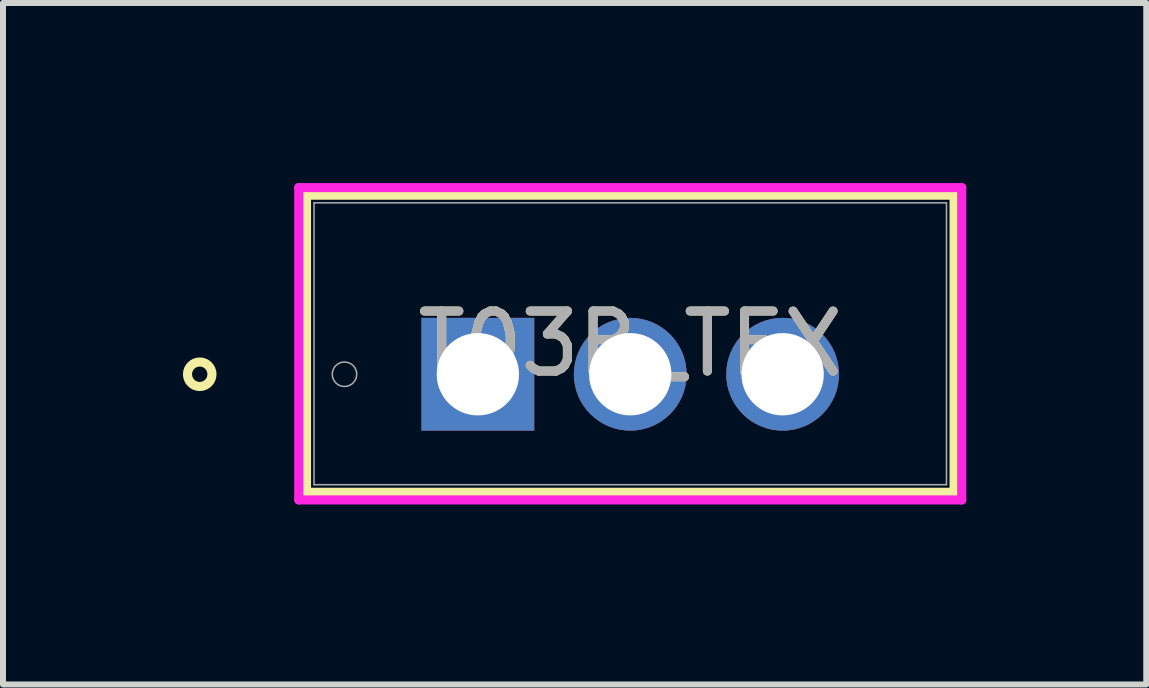
<source format=kicad_pcb>
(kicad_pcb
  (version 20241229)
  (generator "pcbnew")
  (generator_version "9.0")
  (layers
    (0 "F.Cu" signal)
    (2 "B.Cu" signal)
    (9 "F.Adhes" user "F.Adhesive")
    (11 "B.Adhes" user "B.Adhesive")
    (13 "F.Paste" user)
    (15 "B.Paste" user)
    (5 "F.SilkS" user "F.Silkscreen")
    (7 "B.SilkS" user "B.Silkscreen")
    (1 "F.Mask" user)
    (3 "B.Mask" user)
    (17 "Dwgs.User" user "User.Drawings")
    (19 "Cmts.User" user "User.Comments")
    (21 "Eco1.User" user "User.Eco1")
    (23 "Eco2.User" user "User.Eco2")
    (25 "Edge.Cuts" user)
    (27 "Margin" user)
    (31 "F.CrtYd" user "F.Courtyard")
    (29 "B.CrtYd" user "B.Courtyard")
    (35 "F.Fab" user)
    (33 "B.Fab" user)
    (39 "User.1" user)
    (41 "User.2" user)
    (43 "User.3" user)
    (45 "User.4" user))
  (footprint "T03B_TEX"
    (layer "F.Cu")
    (at 4.915 3.188)
    (property "Reference" "T03B_TEX" (at 2.54 -0.508 0) (unlocked yes) (layer "F.SilkS") (effects (font (size 1 1) (thickness 0.15))))
    (attr through_hole)
    (fp_line (start -2.857 -2.985) (end -2.857 1.968) (stroke (width 0.152) (type solid)) (layer "F.SilkS"))
    (fp_line (start -2.857 1.968) (end 7.938 1.968) (stroke (width 0.152) (type solid)) (layer "F.SilkS"))
    (fp_line (start 7.938 -2.985) (end -2.857 -2.985) (stroke (width 0.152) (type solid)) (layer "F.SilkS"))
    (fp_line (start 7.938 1.968) (end 7.938 -2.985) (stroke (width 0.152) (type solid)) (layer "F.SilkS"))
    (fp_circle (center -4.636 0) (end -4.432 0) (stroke (width 0.152) (type solid)) (fill no) (layer "F.SilkS"))
    (fp_line (start -2.985 -3.111) (end 8.065 -3.111) (stroke (width 0.152) (type solid)) (layer "F.CrtYd"))
    (fp_line (start -2.985 2.095) (end -2.985 -3.111) (stroke (width 0.152) (type solid)) (layer "F.CrtYd"))
    (fp_line (start 8.065 -3.111) (end 8.065 2.095) (stroke (width 0.152) (type solid)) (layer "F.CrtYd"))
    (fp_line (start 8.065 2.095) (end -2.985 2.095) (stroke (width 0.152) (type solid)) (layer "F.CrtYd"))
    (fp_line (start -2.731 -2.857) (end -2.731 1.841) (stroke (width 0.025) (type solid)) (layer "F.Fab"))
    (fp_line (start -2.731 1.841) (end 7.811 1.841) (stroke (width 0.025) (type solid)) (layer "F.Fab"))
    (fp_line (start -0.254 0) (end 0.254 0) (stroke (width 0.152) (type solid)) (layer "F.Fab"))
    (fp_line (start 0 0.254) (end 0 -0.254) (stroke (width 0.152) (type solid)) (layer "F.Fab"))
    (fp_line (start 7.811 -2.857) (end -2.731 -2.857) (stroke (width 0.025) (type solid)) (layer "F.Fab"))
    (fp_line (start 7.811 1.841) (end 7.811 -2.857) (stroke (width 0.025) (type solid)) (layer "F.Fab"))
    (fp_circle (center -2.223 0) (end -2.019 0) (stroke (width 0.025) (type solid)) (fill no) (layer "F.Fab"))
    (fp_text user "${REFERENCE}" (at 2.54 -0.508 0) (unlocked yes) (layer "F.Fab") (effects (font (size 1 1) (thickness 0.15))))
    (pad "1" thru_hole rect (at 0 0) (size 1.88 1.88) (drill 1.372) (layers "*.Cu" "*.Mask"))
    (pad "2" thru_hole circle (at 2.54 0) (size 1.88 1.88) (drill 1.372) (layers "*.Cu" "*.Mask"))
    (pad "3" thru_hole circle (at 5.08 0) (size 1.88 1.88) (drill 1.372) (layers "*.Cu" "*.Mask")))
  (gr_rect
    (start -3 -3)
    (end 16.056 8.359)
    (stroke (width 0.1) (type default))
    (fill no)
    (layer "Edge.Cuts")))
</source>
